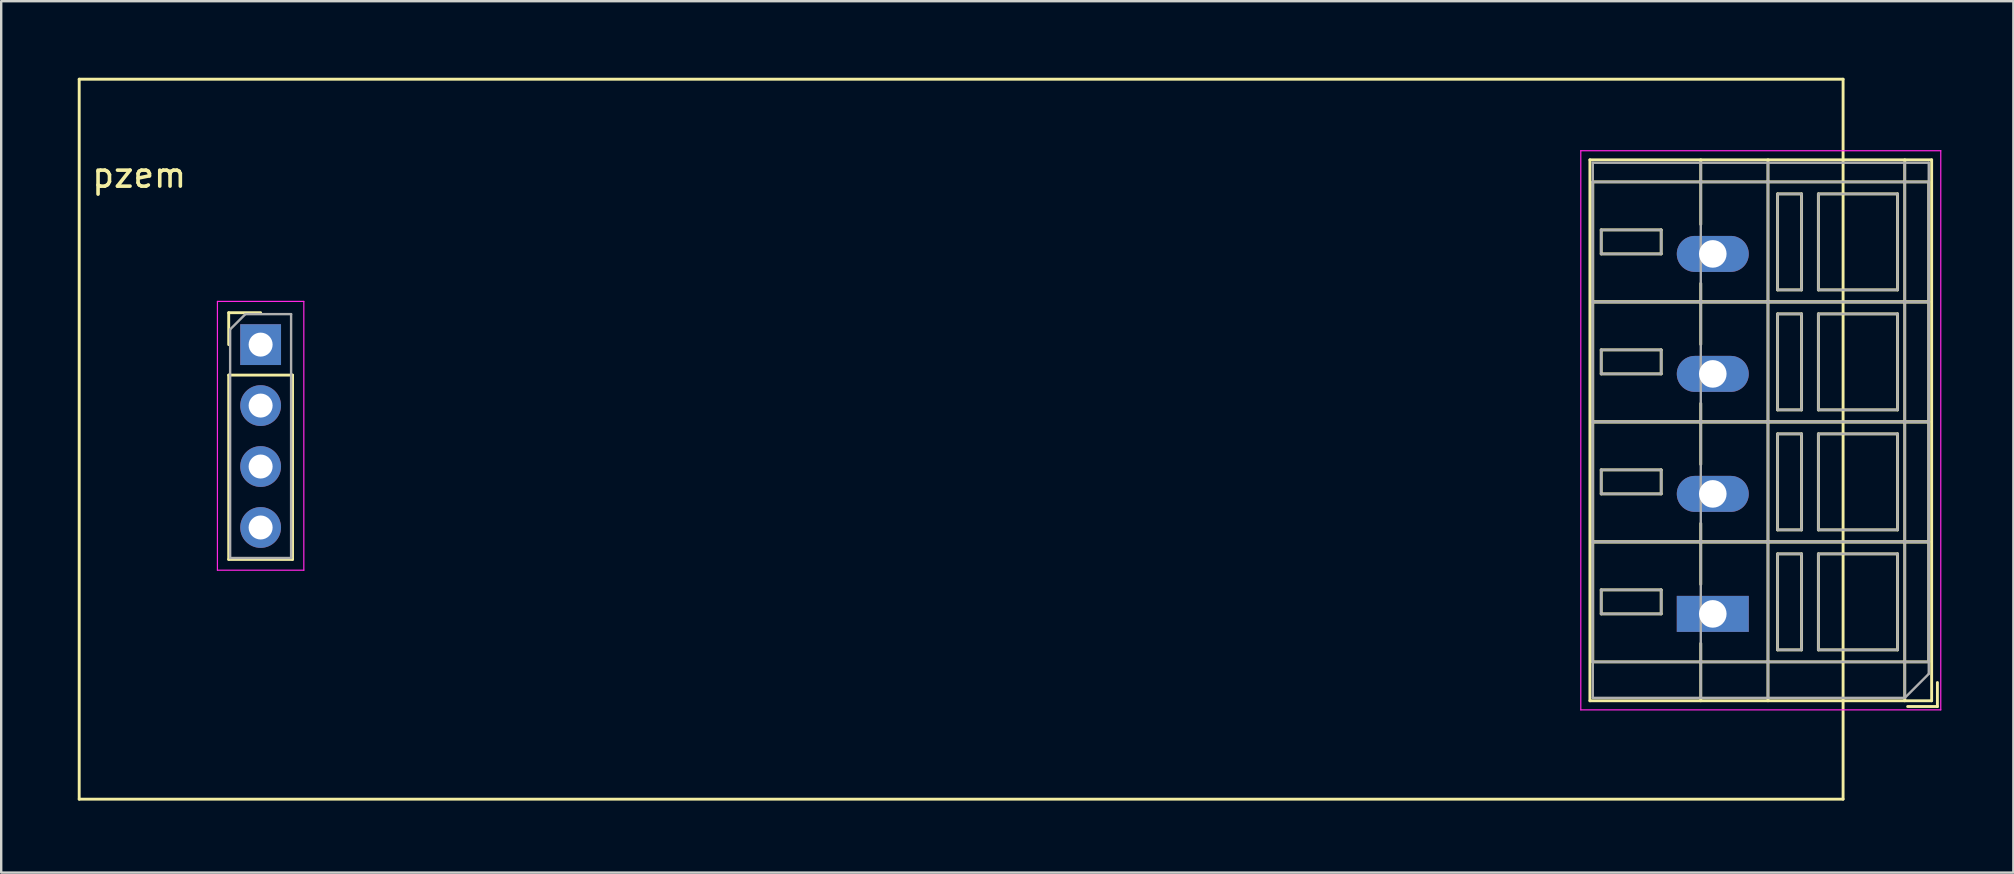
<source format=kicad_pcb>
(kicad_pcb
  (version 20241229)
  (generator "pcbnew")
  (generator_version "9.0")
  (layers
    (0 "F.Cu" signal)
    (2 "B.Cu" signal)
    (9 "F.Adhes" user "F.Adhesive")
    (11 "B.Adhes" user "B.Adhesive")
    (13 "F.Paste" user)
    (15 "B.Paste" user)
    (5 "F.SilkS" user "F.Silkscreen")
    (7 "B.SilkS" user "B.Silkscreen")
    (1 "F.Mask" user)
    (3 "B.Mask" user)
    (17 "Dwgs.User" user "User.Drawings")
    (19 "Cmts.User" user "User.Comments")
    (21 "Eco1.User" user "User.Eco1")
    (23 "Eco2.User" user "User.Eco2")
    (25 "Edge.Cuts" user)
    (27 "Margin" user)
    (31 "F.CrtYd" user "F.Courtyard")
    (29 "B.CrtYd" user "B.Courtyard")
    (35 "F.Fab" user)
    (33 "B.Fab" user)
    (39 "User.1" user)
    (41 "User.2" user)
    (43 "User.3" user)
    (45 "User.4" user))
  (footprint "pzem"
    (layer "F.Cu")
    (at 0.25 0.25)
    (property "Reference" "pzem" (at 2.5 4 0) (layer "F.SilkS") (effects (font (size 1 1) (thickness 0.15))))
    (attr through_hole)
    (fp_line (start 0 0) (end 0 30) (stroke (width 0.12) (type solid)) (layer "F.SilkS"))
    (fp_line (start 0 30) (end 73.5 30) (stroke (width 0.12) (type solid)) (layer "F.SilkS"))
    (fp_line (start 6.23 9.73) (end 7.56 9.73) (stroke (width 0.12) (type solid)) (layer "F.SilkS"))
    (fp_line (start 6.23 11.06) (end 6.23 9.73) (stroke (width 0.12) (type solid)) (layer "F.SilkS"))
    (fp_line (start 6.23 12.33) (end 6.23 20.01) (stroke (width 0.12) (type solid)) (layer "F.SilkS"))
    (fp_line (start 6.23 12.33) (end 8.89 12.33) (stroke (width 0.12) (type solid)) (layer "F.SilkS"))
    (fp_line (start 6.23 20.01) (end 8.89 20.01) (stroke (width 0.12) (type solid)) (layer "F.SilkS"))
    (fp_line (start 8.89 12.33) (end 8.89 20.01) (stroke (width 0.12) (type solid)) (layer "F.SilkS"))
    (fp_line (start 62.95 3.36) (end 77.19 3.36) (stroke (width 0.12) (type solid)) (layer "F.SilkS"))
    (fp_line (start 62.95 25.9) (end 62.95 3.36) (stroke (width 0.12) (type solid)) (layer "F.SilkS"))
    (fp_line (start 62.95 25.9) (end 77.19 25.9) (stroke (width 0.12) (type solid)) (layer "F.SilkS"))
    (fp_line (start 63.07 4.28) (end 77.07 4.28) (stroke (width 0.12) (type solid)) (layer "F.SilkS"))
    (fp_line (start 63.07 9.28) (end 63.07 4.28) (stroke (width 0.12) (type solid)) (layer "F.SilkS"))
    (fp_line (start 63.07 9.28) (end 77.07 9.28) (stroke (width 0.12) (type solid)) (layer "F.SilkS"))
    (fp_line (start 63.07 9.28) (end 77.07 9.28) (stroke (width 0.12) (type solid)) (layer "F.SilkS"))
    (fp_line (start 63.07 14.28) (end 63.07 9.28) (stroke (width 0.12) (type solid)) (layer "F.SilkS"))
    (fp_line (start 63.07 14.28) (end 77.07 14.28) (stroke (width 0.12) (type solid)) (layer "F.SilkS"))
    (fp_line (start 63.07 14.28) (end 77.07 14.28) (stroke (width 0.12) (type solid)) (layer "F.SilkS"))
    (fp_line (start 63.07 19.28) (end 63.07 14.28) (stroke (width 0.12) (type solid)) (layer "F.SilkS"))
    (fp_line (start 63.07 19.28) (end 77.07 19.28) (stroke (width 0.12) (type solid)) (layer "F.SilkS"))
    (fp_line (start 63.07 19.28) (end 77.07 19.28) (stroke (width 0.12) (type solid)) (layer "F.SilkS"))
    (fp_line (start 63.07 24.28) (end 63.07 19.28) (stroke (width 0.12) (type solid)) (layer "F.SilkS"))
    (fp_line (start 63.07 24.28) (end 77.07 24.28) (stroke (width 0.12) (type solid)) (layer "F.SilkS"))
    (fp_line (start 63.42 6.28) (end 65.919 6.28) (stroke (width 0.12) (type solid)) (layer "F.SilkS"))
    (fp_line (start 63.42 7.28) (end 63.42 6.28) (stroke (width 0.12) (type solid)) (layer "F.SilkS"))
    (fp_line (start 63.42 7.28) (end 65.919 7.28) (stroke (width 0.12) (type solid)) (layer "F.SilkS"))
    (fp_line (start 63.42 11.28) (end 65.919 11.28) (stroke (width 0.12) (type solid)) (layer "F.SilkS"))
    (fp_line (start 63.42 12.28) (end 63.42 11.28) (stroke (width 0.12) (type solid)) (layer "F.SilkS"))
    (fp_line (start 63.42 12.28) (end 65.919 12.28) (stroke (width 0.12) (type solid)) (layer "F.SilkS"))
    (fp_line (start 63.42 16.28) (end 65.919 16.28) (stroke (width 0.12) (type solid)) (layer "F.SilkS"))
    (fp_line (start 63.42 17.28) (end 63.42 16.28) (stroke (width 0.12) (type solid)) (layer "F.SilkS"))
    (fp_line (start 63.42 17.28) (end 65.919 17.28) (stroke (width 0.12) (type solid)) (layer "F.SilkS"))
    (fp_line (start 63.42 21.28) (end 65.919 21.28) (stroke (width 0.12) (type solid)) (layer "F.SilkS"))
    (fp_line (start 63.42 22.28) (end 63.42 21.28) (stroke (width 0.12) (type solid)) (layer "F.SilkS"))
    (fp_line (start 63.42 22.28) (end 65.919 22.28) (stroke (width 0.12) (type solid)) (layer "F.SilkS"))
    (fp_line (start 65.919 7.28) (end 65.919 6.28) (stroke (width 0.12) (type solid)) (layer "F.SilkS"))
    (fp_line (start 65.919 12.28) (end 65.919 11.28) (stroke (width 0.12) (type solid)) (layer "F.SilkS"))
    (fp_line (start 65.919 17.28) (end 65.919 16.28) (stroke (width 0.12) (type solid)) (layer "F.SilkS"))
    (fp_line (start 65.919 22.28) (end 65.919 21.28) (stroke (width 0.12) (type solid)) (layer "F.SilkS"))
    (fp_line (start 67.57 6.05) (end 67.57 3.36) (stroke (width 0.12) (type solid)) (layer "F.SilkS"))
    (fp_line (start 67.57 11.05) (end 67.57 8.51) (stroke (width 0.12) (type solid)) (layer "F.SilkS"))
    (fp_line (start 67.57 16.05) (end 67.57 13.51) (stroke (width 0.12) (type solid)) (layer "F.SilkS"))
    (fp_line (start 67.57 21.05) (end 67.57 18.51) (stroke (width 0.12) (type solid)) (layer "F.SilkS"))
    (fp_line (start 67.57 25.9) (end 67.57 23.51) (stroke (width 0.12) (type solid)) (layer "F.SilkS"))
    (fp_line (start 70.37 25.9) (end 70.37 3.36) (stroke (width 0.12) (type solid)) (layer "F.SilkS"))
    (fp_line (start 70.77 4.78) (end 71.77 4.78) (stroke (width 0.12) (type solid)) (layer "F.SilkS"))
    (fp_line (start 70.77 8.78) (end 70.77 4.78) (stroke (width 0.12) (type solid)) (layer "F.SilkS"))
    (fp_line (start 70.77 8.78) (end 71.77 8.78) (stroke (width 0.12) (type solid)) (layer "F.SilkS"))
    (fp_line (start 70.77 9.78) (end 71.77 9.78) (stroke (width 0.12) (type solid)) (layer "F.SilkS"))
    (fp_line (start 70.77 13.78) (end 70.77 9.78) (stroke (width 0.12) (type solid)) (layer "F.SilkS"))
    (fp_line (start 70.77 13.78) (end 71.77 13.78) (stroke (width 0.12) (type solid)) (layer "F.SilkS"))
    (fp_line (start 70.77 14.78) (end 71.77 14.78) (stroke (width 0.12) (type solid)) (layer "F.SilkS"))
    (fp_line (start 70.77 18.78) (end 70.77 14.78) (stroke (width 0.12) (type solid)) (layer "F.SilkS"))
    (fp_line (start 70.77 18.78) (end 71.77 18.78) (stroke (width 0.12) (type solid)) (layer "F.SilkS"))
    (fp_line (start 70.77 19.78) (end 71.77 19.78) (stroke (width 0.12) (type solid)) (layer "F.SilkS"))
    (fp_line (start 70.77 23.78) (end 70.77 19.78) (stroke (width 0.12) (type solid)) (layer "F.SilkS"))
    (fp_line (start 70.77 23.78) (end 71.77 23.78) (stroke (width 0.12) (type solid)) (layer "F.SilkS"))
    (fp_line (start 71.77 8.78) (end 71.77 4.78) (stroke (width 0.12) (type solid)) (layer "F.SilkS"))
    (fp_line (start 71.77 13.78) (end 71.77 9.78) (stroke (width 0.12) (type solid)) (layer "F.SilkS"))
    (fp_line (start 71.77 18.78) (end 71.77 14.78) (stroke (width 0.12) (type solid)) (layer "F.SilkS"))
    (fp_line (start 71.77 23.78) (end 71.77 19.78) (stroke (width 0.12) (type solid)) (layer "F.SilkS"))
    (fp_line (start 72.47 4.78) (end 75.77 4.78) (stroke (width 0.12) (type solid)) (layer "F.SilkS"))
    (fp_line (start 72.47 8.78) (end 72.47 4.78) (stroke (width 0.12) (type solid)) (layer "F.SilkS"))
    (fp_line (start 72.47 8.78) (end 75.77 8.78) (stroke (width 0.12) (type solid)) (layer "F.SilkS"))
    (fp_line (start 72.47 9.78) (end 75.77 9.78) (stroke (width 0.12) (type solid)) (layer "F.SilkS"))
    (fp_line (start 72.47 13.78) (end 72.47 9.78) (stroke (width 0.12) (type solid)) (layer "F.SilkS"))
    (fp_line (start 72.47 13.78) (end 75.77 13.78) (stroke (width 0.12) (type solid)) (layer "F.SilkS"))
    (fp_line (start 72.47 14.78) (end 75.77 14.78) (stroke (width 0.12) (type solid)) (layer "F.SilkS"))
    (fp_line (start 72.47 18.78) (end 72.47 14.78) (stroke (width 0.12) (type solid)) (layer "F.SilkS"))
    (fp_line (start 72.47 18.78) (end 75.77 18.78) (stroke (width 0.12) (type solid)) (layer "F.SilkS"))
    (fp_line (start 72.47 19.78) (end 75.77 19.78) (stroke (width 0.12) (type solid)) (layer "F.SilkS"))
    (fp_line (start 72.47 23.78) (end 72.47 19.78) (stroke (width 0.12) (type solid)) (layer "F.SilkS"))
    (fp_line (start 72.47 23.78) (end 75.77 23.78) (stroke (width 0.12) (type solid)) (layer "F.SilkS"))
    (fp_line (start 73.5 0) (end 0 0) (stroke (width 0.12) (type solid)) (layer "F.SilkS"))
    (fp_line (start 73.5 30) (end 73.5 0) (stroke (width 0.12) (type solid)) (layer "F.SilkS"))
    (fp_line (start 75.77 8.78) (end 75.77 4.78) (stroke (width 0.12) (type solid)) (layer "F.SilkS"))
    (fp_line (start 75.77 13.78) (end 75.77 9.78) (stroke (width 0.12) (type solid)) (layer "F.SilkS"))
    (fp_line (start 75.77 18.78) (end 75.77 14.78) (stroke (width 0.12) (type solid)) (layer "F.SilkS"))
    (fp_line (start 75.77 23.78) (end 75.77 19.78) (stroke (width 0.12) (type solid)) (layer "F.SilkS"))
    (fp_line (start 76.07 25.9) (end 76.07 3.36) (stroke (width 0.12) (type solid)) (layer "F.SilkS"))
    (fp_line (start 76.19 26.14) (end 77.43 26.14) (stroke (width 0.12) (type solid)) (layer "F.SilkS"))
    (fp_line (start 77.07 9.28) (end 77.07 4.28) (stroke (width 0.12) (type solid)) (layer "F.SilkS"))
    (fp_line (start 77.07 14.28) (end 77.07 9.28) (stroke (width 0.12) (type solid)) (layer "F.SilkS"))
    (fp_line (start 77.07 19.28) (end 77.07 14.28) (stroke (width 0.12) (type solid)) (layer "F.SilkS"))
    (fp_line (start 77.07 24.28) (end 77.07 19.28) (stroke (width 0.12) (type solid)) (layer "F.SilkS"))
    (fp_line (start 77.19 25.9) (end 77.19 3.36) (stroke (width 0.12) (type solid)) (layer "F.SilkS"))
    (fp_line (start 77.43 26.14) (end 77.43 25.14) (stroke (width 0.12) (type solid)) (layer "F.SilkS"))
    (fp_line (start 5.76 9.26) (end 5.76 20.46) (stroke (width 0.05) (type solid)) (layer "F.CrtYd"))
    (fp_line (start 5.76 20.46) (end 9.36 20.46) (stroke (width 0.05) (type solid)) (layer "F.CrtYd"))
    (fp_line (start 9.36 9.26) (end 5.76 9.26) (stroke (width 0.05) (type solid)) (layer "F.CrtYd"))
    (fp_line (start 9.36 20.46) (end 9.36 9.26) (stroke (width 0.05) (type solid)) (layer "F.CrtYd"))
    (fp_line (start 62.57 2.98) (end 62.57 26.28) (stroke (width 0.05) (type solid)) (layer "F.CrtYd"))
    (fp_line (start 62.57 26.28) (end 77.57 26.28) (stroke (width 0.05) (type solid)) (layer "F.CrtYd"))
    (fp_line (start 77.57 2.98) (end 62.57 2.98) (stroke (width 0.05) (type solid)) (layer "F.CrtYd"))
    (fp_line (start 77.57 26.28) (end 77.57 2.98) (stroke (width 0.05) (type solid)) (layer "F.CrtYd"))
    (fp_line (start 6.29 10.425) (end 6.925 9.79) (stroke (width 0.1) (type solid)) (layer "F.Fab"))
    (fp_line (start 6.29 19.95) (end 6.29 10.425) (stroke (width 0.1) (type solid)) (layer "F.Fab"))
    (fp_line (start 6.925 9.79) (end 8.83 9.79) (stroke (width 0.1) (type solid)) (layer "F.Fab"))
    (fp_line (start 8.83 9.79) (end 8.83 19.95) (stroke (width 0.1) (type solid)) (layer "F.Fab"))
    (fp_line (start 8.83 19.95) (end 6.29 19.95) (stroke (width 0.1) (type solid)) (layer "F.Fab"))
    (fp_line (start 63.07 3.48) (end 77.07 3.48) (stroke (width 0.1) (type solid)) (layer "F.Fab"))
    (fp_line (start 63.07 4.28) (end 63.07 9.28) (stroke (width 0.1) (type solid)) (layer "F.Fab"))
    (fp_line (start 63.07 9.28) (end 63.07 14.28) (stroke (width 0.1) (type solid)) (layer "F.Fab"))
    (fp_line (start 63.07 9.28) (end 77.07 9.28) (stroke (width 0.1) (type solid)) (layer "F.Fab"))
    (fp_line (start 63.07 14.28) (end 63.07 19.28) (stroke (width 0.1) (type solid)) (layer "F.Fab"))
    (fp_line (start 63.07 14.28) (end 77.07 14.28) (stroke (width 0.1) (type solid)) (layer "F.Fab"))
    (fp_line (start 63.07 19.28) (end 63.07 24.28) (stroke (width 0.1) (type solid)) (layer "F.Fab"))
    (fp_line (start 63.07 19.28) (end 77.07 19.28) (stroke (width 0.1) (type solid)) (layer "F.Fab"))
    (fp_line (start 63.07 24.28) (end 77.07 24.28) (stroke (width 0.1) (type solid)) (layer "F.Fab"))
    (fp_line (start 63.07 25.78) (end 63.07 3.48) (stroke (width 0.1) (type solid)) (layer "F.Fab"))
    (fp_line (start 63.42 6.28) (end 63.42 7.28) (stroke (width 0.1) (type solid)) (layer "F.Fab"))
    (fp_line (start 63.42 7.28) (end 65.92 7.28) (stroke (width 0.1) (type solid)) (layer "F.Fab"))
    (fp_line (start 63.42 11.28) (end 63.42 12.28) (stroke (width 0.1) (type solid)) (layer "F.Fab"))
    (fp_line (start 63.42 12.28) (end 65.92 12.28) (stroke (width 0.1) (type solid)) (layer "F.Fab"))
    (fp_line (start 63.42 16.28) (end 63.42 17.28) (stroke (width 0.1) (type solid)) (layer "F.Fab"))
    (fp_line (start 63.42 17.28) (end 65.92 17.28) (stroke (width 0.1) (type solid)) (layer "F.Fab"))
    (fp_line (start 63.42 21.28) (end 63.42 22.28) (stroke (width 0.1) (type solid)) (layer "F.Fab"))
    (fp_line (start 63.42 22.28) (end 65.92 22.28) (stroke (width 0.1) (type solid)) (layer "F.Fab"))
    (fp_line (start 65.92 6.28) (end 63.42 6.28) (stroke (width 0.1) (type solid)) (layer "F.Fab"))
    (fp_line (start 65.92 7.28) (end 65.92 6.28) (stroke (width 0.1) (type solid)) (layer "F.Fab"))
    (fp_line (start 65.92 11.28) (end 63.42 11.28) (stroke (width 0.1) (type solid)) (layer "F.Fab"))
    (fp_line (start 65.92 12.28) (end 65.92 11.28) (stroke (width 0.1) (type solid)) (layer "F.Fab"))
    (fp_line (start 65.92 16.28) (end 63.42 16.28) (stroke (width 0.1) (type solid)) (layer "F.Fab"))
    (fp_line (start 65.92 17.28) (end 65.92 16.28) (stroke (width 0.1) (type solid)) (layer "F.Fab"))
    (fp_line (start 65.92 21.28) (end 63.42 21.28) (stroke (width 0.1) (type solid)) (layer "F.Fab"))
    (fp_line (start 65.92 22.28) (end 65.92 21.28) (stroke (width 0.1) (type solid)) (layer "F.Fab"))
    (fp_line (start 67.57 25.78) (end 67.57 3.48) (stroke (width 0.1) (type solid)) (layer "F.Fab"))
    (fp_line (start 70.37 25.78) (end 70.37 3.48) (stroke (width 0.1) (type solid)) (layer "F.Fab"))
    (fp_line (start 70.77 4.78) (end 70.77 8.78) (stroke (width 0.1) (type solid)) (layer "F.Fab"))
    (fp_line (start 70.77 8.78) (end 71.77 8.78) (stroke (width 0.1) (type solid)) (layer "F.Fab"))
    (fp_line (start 70.77 9.78) (end 70.77 13.78) (stroke (width 0.1) (type solid)) (layer "F.Fab"))
    (fp_line (start 70.77 13.78) (end 71.77 13.78) (stroke (width 0.1) (type solid)) (layer "F.Fab"))
    (fp_line (start 70.77 14.78) (end 70.77 18.78) (stroke (width 0.1) (type solid)) (layer "F.Fab"))
    (fp_line (start 70.77 18.78) (end 71.77 18.78) (stroke (width 0.1) (type solid)) (layer "F.Fab"))
    (fp_line (start 70.77 19.78) (end 70.77 23.78) (stroke (width 0.1) (type solid)) (layer "F.Fab"))
    (fp_line (start 70.77 23.78) (end 71.77 23.78) (stroke (width 0.1) (type solid)) (layer "F.Fab"))
    (fp_line (start 71.77 4.78) (end 70.77 4.78) (stroke (width 0.1) (type solid)) (layer "F.Fab"))
    (fp_line (start 71.77 8.78) (end 71.77 4.78) (stroke (width 0.1) (type solid)) (layer "F.Fab"))
    (fp_line (start 71.77 9.78) (end 70.77 9.78) (stroke (width 0.1) (type solid)) (layer "F.Fab"))
    (fp_line (start 71.77 13.78) (end 71.77 9.78) (stroke (width 0.1) (type solid)) (layer "F.Fab"))
    (fp_line (start 71.77 14.78) (end 70.77 14.78) (stroke (width 0.1) (type solid)) (layer "F.Fab"))
    (fp_line (start 71.77 18.78) (end 71.77 14.78) (stroke (width 0.1) (type solid)) (layer "F.Fab"))
    (fp_line (start 71.77 19.78) (end 70.77 19.78) (stroke (width 0.1) (type solid)) (layer "F.Fab"))
    (fp_line (start 71.77 23.78) (end 71.77 19.78) (stroke (width 0.1) (type solid)) (layer "F.Fab"))
    (fp_line (start 72.47 4.78) (end 72.47 8.78) (stroke (width 0.1) (type solid)) (layer "F.Fab"))
    (fp_line (start 72.47 8.78) (end 75.77 8.78) (stroke (width 0.1) (type solid)) (layer "F.Fab"))
    (fp_line (start 72.47 9.78) (end 72.47 13.78) (stroke (width 0.1) (type solid)) (layer "F.Fab"))
    (fp_line (start 72.47 13.78) (end 75.77 13.78) (stroke (width 0.1) (type solid)) (layer "F.Fab"))
    (fp_line (start 72.47 14.78) (end 72.47 18.78) (stroke (width 0.1) (type solid)) (layer "F.Fab"))
    (fp_line (start 72.47 18.78) (end 75.77 18.78) (stroke (width 0.1) (type solid)) (layer "F.Fab"))
    (fp_line (start 72.47 19.78) (end 72.47 23.78) (stroke (width 0.1) (type solid)) (layer "F.Fab"))
    (fp_line (start 72.47 23.78) (end 75.77 23.78) (stroke (width 0.1) (type solid)) (layer "F.Fab"))
    (fp_line (start 75.77 4.78) (end 72.47 4.78) (stroke (width 0.1) (type solid)) (layer "F.Fab"))
    (fp_line (start 75.77 8.78) (end 75.77 4.78) (stroke (width 0.1) (type solid)) (layer "F.Fab"))
    (fp_line (start 75.77 9.78) (end 72.47 9.78) (stroke (width 0.1) (type solid)) (layer "F.Fab"))
    (fp_line (start 75.77 13.78) (end 75.77 9.78) (stroke (width 0.1) (type solid)) (layer "F.Fab"))
    (fp_line (start 75.77 14.78) (end 72.47 14.78) (stroke (width 0.1) (type solid)) (layer "F.Fab"))
    (fp_line (start 75.77 18.78) (end 75.77 14.78) (stroke (width 0.1) (type solid)) (layer "F.Fab"))
    (fp_line (start 75.77 19.78) (end 72.47 19.78) (stroke (width 0.1) (type solid)) (layer "F.Fab"))
    (fp_line (start 75.77 23.78) (end 75.77 19.78) (stroke (width 0.1) (type solid)) (layer "F.Fab"))
    (fp_line (start 76.07 25.78) (end 63.07 25.78) (stroke (width 0.1) (type solid)) (layer "F.Fab"))
    (fp_line (start 76.07 25.78) (end 76.07 3.48) (stroke (width 0.1) (type solid)) (layer "F.Fab"))
    (fp_line (start 77.07 3.48) (end 77.07 24.78) (stroke (width 0.1) (type solid)) (layer "F.Fab"))
    (fp_line (start 77.07 4.28) (end 63.07 4.28) (stroke (width 0.1) (type solid)) (layer "F.Fab"))
    (fp_line (start 77.07 9.28) (end 63.07 9.28) (stroke (width 0.1) (type solid)) (layer "F.Fab"))
    (fp_line (start 77.07 9.28) (end 77.07 4.28) (stroke (width 0.1) (type solid)) (layer "F.Fab"))
    (fp_line (start 77.07 14.28) (end 63.07 14.28) (stroke (width 0.1) (type solid)) (layer "F.Fab"))
    (fp_line (start 77.07 14.28) (end 77.07 9.28) (stroke (width 0.1) (type solid)) (layer "F.Fab"))
    (fp_line (start 77.07 19.28) (end 63.07 19.28) (stroke (width 0.1) (type solid)) (layer "F.Fab"))
    (fp_line (start 77.07 19.28) (end 77.07 14.28) (stroke (width 0.1) (type solid)) (layer "F.Fab"))
    (fp_line (start 77.07 24.28) (end 77.07 19.28) (stroke (width 0.1) (type solid)) (layer "F.Fab"))
    (fp_line (start 77.07 24.78) (end 76.07 25.78) (stroke (width 0.1) (type solid)) (layer "F.Fab"))
    (pad "1" thru_hole rect (at 7.56 11.06) (size 1.7 1.7) (drill 1) (layers "*.Cu" "*.Mask"))
    (pad "1" thru_hole rect (at 68.07 22.28 90) (size 1.5 3) (drill 1.15) (layers "*.Cu" "*.Mask"))
    (pad "2" thru_hole oval (at 7.56 13.6) (size 1.7 1.7) (drill 1) (layers "*.Cu" "*.Mask"))
    (pad "2" thru_hole oval (at 68.07 17.28 90) (size 1.5 3) (drill 1.15) (layers "*.Cu" "*.Mask"))
    (pad "3" thru_hole oval (at 7.56 16.14) (size 1.7 1.7) (drill 1) (layers "*.Cu" "*.Mask"))
    (pad "3" thru_hole oval (at 68.07 12.28 90) (size 1.5 3) (drill 1.15) (layers "*.Cu" "*.Mask"))
    (pad "4" thru_hole oval (at 7.56 18.68) (size 1.7 1.7) (drill 1) (layers "*.Cu" "*.Mask"))
    (pad "4" thru_hole oval (at 68.07 7.28 90) (size 1.5 3) (drill 1.15) (layers "*.Cu" "*.Mask")))
  (gr_rect
    (start -3 -3)
    (end 80.845 33.31)
    (stroke (width 0.1) (type default))
    (fill no)
    (layer "Edge.Cuts")))
</source>
